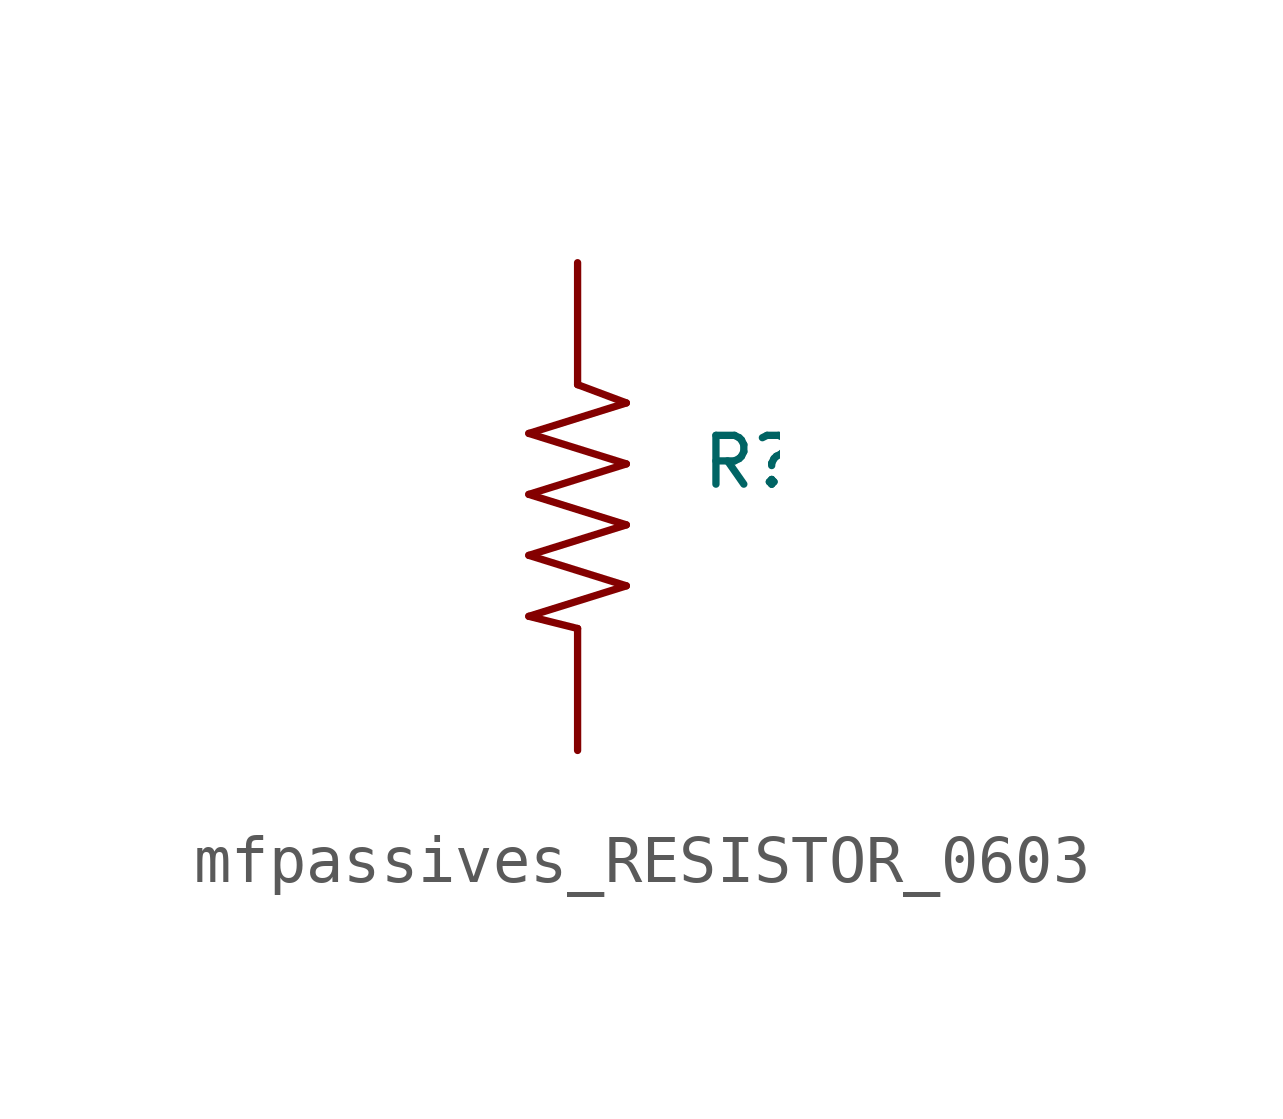
<source format=kicad_sym>
(kicad_symbol_lib
  (version 20241209)
  (generator "kicad_symbol_editor")
  (generator_version "9.0")
  (symbol "mfpassives_RESISTOR_0603"
    (property "Reference" "R"
      (at 2.54 1.524 0)
      (effects (font (size 1.016 1.016)) (justify left top)))
    (property "Value" ""
      (at 2.54 -1.524 0)
      (effects (font (size 1.016 1.016)) (justify left bottom)))
    (property "ki_locked" ""
      (at 0 0 0)
      (effects (font (size 1.27 1.27))))
    (symbol "mfpassives_RESISTOR_0603_1_0"
      (polyline (pts (xy -1.016 1.524) (xy 1.016 0.889)) (stroke (width 0.152) (type solid)) (fill (type none)))
      (polyline (pts (xy -1.016 0.254) (xy 1.016 -0.381)) (stroke (width 0.152) (type solid)) (fill (type none)))
      (polyline (pts (xy -1.016 -1.016) (xy 1.016 -1.651)) (stroke (width 0.152) (type solid)) (fill (type none)))
      (polyline (pts (xy -1.016 -2.286) (xy 0 -2.54)) (stroke (width 0.152) (type solid)) (fill (type none)))
      (polyline (pts (xy 0 2.54) (xy 1.016 2.159)) (stroke (width 0.152) (type solid)) (fill (type none)))
      (polyline (pts (xy 1.016 2.159) (xy -1.016 1.524)) (stroke (width 0.152) (type solid)) (fill (type none)))
      (polyline (pts (xy 1.016 0.889) (xy -1.016 0.254)) (stroke (width 0.152) (type solid)) (fill (type none)))
      (polyline (pts (xy 1.016 -0.381) (xy -1.016 -1.016)) (stroke (width 0.152) (type solid)) (fill (type none)))
      (polyline (pts (xy 1.016 -1.651) (xy -1.016 -2.286)) (stroke (width 0.152) (type solid)) (fill (type none)))
      (pin passive line (at 0 5.08 270) (length 2.54) (name "P$1" (effects (font (size 0 0)))) (number "P$1" (effects (font (size 0 0)))))
      (pin passive line (at 0 -5.08 90) (length 2.54) (name "P$2" (effects (font (size 0 0)))) (number "P$2" (effects (font (size 0 0))))))))
</source>
